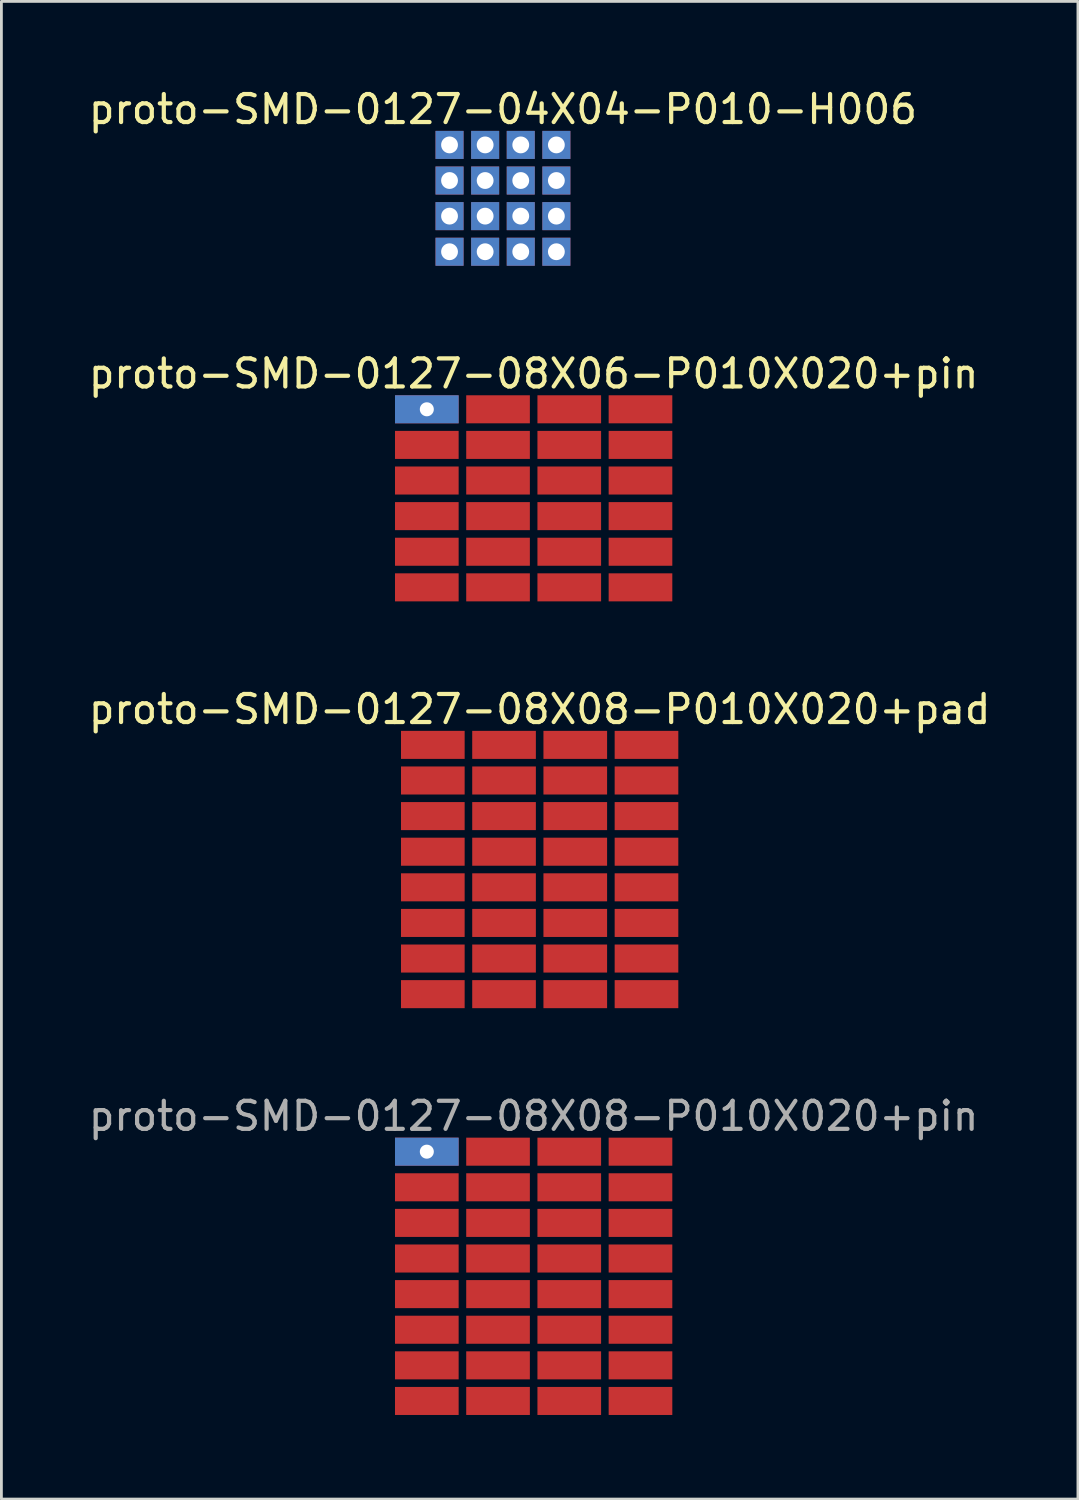
<source format=kicad_pcb>
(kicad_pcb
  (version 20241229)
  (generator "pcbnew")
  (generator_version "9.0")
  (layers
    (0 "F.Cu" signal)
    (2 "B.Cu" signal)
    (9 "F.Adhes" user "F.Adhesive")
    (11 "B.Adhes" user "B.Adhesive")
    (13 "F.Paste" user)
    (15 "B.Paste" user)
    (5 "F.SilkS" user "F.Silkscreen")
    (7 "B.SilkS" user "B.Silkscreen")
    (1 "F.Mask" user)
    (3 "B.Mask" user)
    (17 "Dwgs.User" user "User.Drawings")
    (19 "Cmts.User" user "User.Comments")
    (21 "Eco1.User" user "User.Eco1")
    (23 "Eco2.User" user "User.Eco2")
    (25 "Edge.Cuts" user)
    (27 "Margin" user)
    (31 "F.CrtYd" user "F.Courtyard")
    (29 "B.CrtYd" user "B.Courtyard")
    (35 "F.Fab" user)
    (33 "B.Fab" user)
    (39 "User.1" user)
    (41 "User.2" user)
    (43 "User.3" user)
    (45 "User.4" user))
  (footprint "proto-SMD-0127-08X08-P010X020+pin"
    (layer "F.Cu")
    (at 15.982 42.468)
    (property "Reference" "proto-SMD-0127-08X08-P010X020+pin" (at 0 -5.715 0) (layer "F.Fab") (effects (font (size 1 1) (thickness 0.15))))
    (attr through_hole)
    (pad "1" thru_hole rect (at -3.81 -4.445) (size 2.27 1) (drill 0.5) (layers "*.Cu" "*.Mask"))
    (pad "2" smd rect (at -3.81 -3.175) (size 2.27 1) (layers "F.Cu" "F.Mask"))
    (pad "3" smd rect (at -3.81 -1.905) (size 2.27 1) (layers "F.Cu" "F.Mask"))
    (pad "4" smd rect (at -3.81 -0.635) (size 2.27 1) (layers "F.Cu" "F.Mask"))
    (pad "5" smd rect (at -3.81 0.635) (size 2.27 1) (layers "F.Cu" "F.Mask"))
    (pad "6" smd rect (at -3.81 1.905) (size 2.27 1) (layers "F.Cu" "F.Mask"))
    (pad "7" smd rect (at -3.81 3.175) (size 2.27 1) (layers "F.Cu" "F.Mask"))
    (pad "8" smd rect (at -3.81 4.445) (size 2.27 1) (layers "F.Cu" "F.Mask"))
    (pad "9" smd rect (at -1.27 -4.445) (size 2.27 1) (layers "F.Cu" "F.Mask"))
    (pad "10" smd rect (at -1.27 -3.175) (size 2.27 1) (layers "F.Cu" "F.Mask"))
    (pad "11" smd rect (at -1.27 -1.905) (size 2.27 1) (layers "F.Cu" "F.Mask"))
    (pad "12" smd rect (at -1.27 -0.635) (size 2.27 1) (layers "F.Cu" "F.Mask"))
    (pad "13" smd rect (at -1.27 0.635) (size 2.27 1) (layers "F.Cu" "F.Mask"))
    (pad "14" smd rect (at -1.27 1.905) (size 2.27 1) (layers "F.Cu" "F.Mask"))
    (pad "15" smd rect (at -1.27 3.175) (size 2.27 1) (layers "F.Cu" "F.Mask"))
    (pad "16" smd rect (at -1.27 4.445) (size 2.27 1) (layers "F.Cu" "F.Mask"))
    (pad "17" smd rect (at 1.27 -4.445) (size 2.27 1) (layers "F.Cu" "F.Mask"))
    (pad "18" smd rect (at 1.27 -3.175) (size 2.27 1) (layers "F.Cu" "F.Mask"))
    (pad "19" smd rect (at 1.27 -1.905) (size 2.27 1) (layers "F.Cu" "F.Mask"))
    (pad "20" smd rect (at 1.27 -0.635) (size 2.27 1) (layers "F.Cu" "F.Mask"))
    (pad "21" smd rect (at 1.27 0.635) (size 2.27 1) (layers "F.Cu" "F.Mask"))
    (pad "22" smd rect (at 1.27 1.905) (size 2.27 1) (layers "F.Cu" "F.Mask"))
    (pad "23" smd rect (at 1.27 3.175) (size 2.27 1) (layers "F.Cu" "F.Mask"))
    (pad "24" smd rect (at 1.27 4.445) (size 2.27 1) (layers "F.Cu" "F.Mask"))
    (pad "25" smd rect (at 3.81 -4.445) (size 2.27 1) (layers "F.Cu" "F.Mask"))
    (pad "26" smd rect (at 3.81 -3.175) (size 2.27 1) (layers "F.Cu" "F.Mask"))
    (pad "27" smd rect (at 3.81 -1.905) (size 2.27 1) (layers "F.Cu" "F.Mask"))
    (pad "28" smd rect (at 3.81 -0.635) (size 2.27 1) (layers "F.Cu" "F.Mask"))
    (pad "29" smd rect (at 3.81 0.635) (size 2.27 1) (layers "F.Cu" "F.Mask"))
    (pad "30" smd rect (at 3.81 1.905) (size 2.27 1) (layers "F.Cu" "F.Mask"))
    (pad "31" smd rect (at 3.81 3.175) (size 2.27 1) (layers "F.Cu" "F.Mask"))
    (pad "32" smd rect (at 3.81 4.445) (size 2.27 1) (layers "F.Cu" "F.Mask")))
  (footprint "proto-SMD-0127-08X08-P010X020+pad"
    (layer "F.Cu")
    (at 16.196 27.96)
    (property "Reference" "proto-SMD-0127-08X08-P010X020+pad" (at 0 -5.715 0) (layer "F.SilkS") (effects (font (size 1 1) (thickness 0.15))))
    (attr smd)
    (pad "1" smd rect (at -3.81 -4.445) (size 2.27 1) (layers "F.Cu" "F.Mask" "F.Paste"))
    (pad "2" smd rect (at -3.81 -3.175) (size 2.27 1) (layers "F.Cu" "F.Mask"))
    (pad "3" smd rect (at -3.81 -1.905) (size 2.27 1) (layers "F.Cu" "F.Mask"))
    (pad "4" smd rect (at -3.81 -0.635) (size 2.27 1) (layers "F.Cu" "F.Mask"))
    (pad "5" smd rect (at -3.81 0.635) (size 2.27 1) (layers "F.Cu" "F.Mask"))
    (pad "6" smd rect (at -3.81 1.905) (size 2.27 1) (layers "F.Cu" "F.Mask"))
    (pad "7" smd rect (at -3.81 3.175) (size 2.27 1) (layers "F.Cu" "F.Mask"))
    (pad "8" smd rect (at -3.81 4.445) (size 2.27 1) (layers "F.Cu" "F.Mask"))
    (pad "9" smd rect (at -1.27 -4.445) (size 2.27 1) (layers "F.Cu" "F.Mask"))
    (pad "10" smd rect (at -1.27 -3.175) (size 2.27 1) (layers "F.Cu" "F.Mask"))
    (pad "11" smd rect (at -1.27 -1.905) (size 2.27 1) (layers "F.Cu" "F.Mask"))
    (pad "12" smd rect (at -1.27 -0.635) (size 2.27 1) (layers "F.Cu" "F.Mask"))
    (pad "13" smd rect (at -1.27 0.635) (size 2.27 1) (layers "F.Cu" "F.Mask"))
    (pad "14" smd rect (at -1.27 1.905) (size 2.27 1) (layers "F.Cu" "F.Mask"))
    (pad "15" smd rect (at -1.27 3.175) (size 2.27 1) (layers "F.Cu" "F.Mask"))
    (pad "16" smd rect (at -1.27 4.445) (size 2.27 1) (layers "F.Cu" "F.Mask"))
    (pad "17" smd rect (at 1.27 -4.445) (size 2.27 1) (layers "F.Cu" "F.Mask"))
    (pad "18" smd rect (at 1.27 -3.175) (size 2.27 1) (layers "F.Cu" "F.Mask"))
    (pad "19" smd rect (at 1.27 -1.905) (size 2.27 1) (layers "F.Cu" "F.Mask"))
    (pad "20" smd rect (at 1.27 -0.635) (size 2.27 1) (layers "F.Cu" "F.Mask"))
    (pad "21" smd rect (at 1.27 0.635) (size 2.27 1) (layers "F.Cu" "F.Mask"))
    (pad "22" smd rect (at 1.27 1.905) (size 2.27 1) (layers "F.Cu" "F.Mask"))
    (pad "23" smd rect (at 1.27 3.175) (size 2.27 1) (layers "F.Cu" "F.Mask"))
    (pad "24" smd rect (at 1.27 4.445) (size 2.27 1) (layers "F.Cu" "F.Mask"))
    (pad "25" smd rect (at 3.81 -4.445) (size 2.27 1) (layers "F.Cu" "F.Mask"))
    (pad "26" smd rect (at 3.81 -3.175) (size 2.27 1) (layers "F.Cu" "F.Mask"))
    (pad "27" smd rect (at 3.81 -1.905) (size 2.27 1) (layers "F.Cu" "F.Mask"))
    (pad "28" smd rect (at 3.81 -0.635) (size 2.27 1) (layers "F.Cu" "F.Mask"))
    (pad "29" smd rect (at 3.81 0.635) (size 2.27 1) (layers "F.Cu" "F.Mask"))
    (pad "30" smd rect (at 3.81 1.905) (size 2.27 1) (layers "F.Cu" "F.Mask"))
    (pad "31" smd rect (at 3.81 3.175) (size 2.27 1) (layers "F.Cu" "F.Mask"))
    (pad "32" smd rect (at 3.81 4.445) (size 2.27 1) (layers "F.Cu" "F.Mask")))
  (footprint "proto-SMD-0127-08X06-P010X020+pin"
    (layer "F.Cu")
    (at 15.982 14.722)
    (property "Reference" "proto-SMD-0127-08X06-P010X020+pin" (at 0 -4.445 0) (layer "F.SilkS") (effects (font (size 1 1) (thickness 0.15))))
    (attr through_hole)
    (pad "1" thru_hole rect (at -3.81 -3.175) (size 2.27 1) (drill 0.5) (layers "*.Cu" "*.Mask"))
    (pad "2" smd rect (at -3.81 -1.905) (size 2.27 1) (layers "F.Cu" "F.Mask"))
    (pad "3" smd rect (at -3.81 -0.635) (size 2.27 1) (layers "F.Cu" "F.Mask"))
    (pad "4" smd rect (at -3.81 0.635) (size 2.27 1) (layers "F.Cu" "F.Mask"))
    (pad "5" smd rect (at -3.81 1.905) (size 2.27 1) (layers "F.Cu" "F.Mask"))
    (pad "6" smd rect (at -3.81 3.175) (size 2.27 1) (layers "F.Cu" "F.Mask"))
    (pad "9" smd rect (at -1.27 -3.175) (size 2.27 1) (layers "F.Cu" "F.Mask"))
    (pad "10" smd rect (at -1.27 -1.905) (size 2.27 1) (layers "F.Cu" "F.Mask"))
    (pad "11" smd rect (at -1.27 -0.635) (size 2.27 1) (layers "F.Cu" "F.Mask"))
    (pad "12" smd rect (at -1.27 0.635) (size 2.27 1) (layers "F.Cu" "F.Mask"))
    (pad "13" smd rect (at -1.27 1.905) (size 2.27 1) (layers "F.Cu" "F.Mask"))
    (pad "14" smd rect (at -1.27 3.175) (size 2.27 1) (layers "F.Cu" "F.Mask"))
    (pad "17" smd rect (at 1.27 -3.175) (size 2.27 1) (layers "F.Cu" "F.Mask"))
    (pad "18" smd rect (at 1.27 -1.905) (size 2.27 1) (layers "F.Cu" "F.Mask"))
    (pad "19" smd rect (at 1.27 -0.635) (size 2.27 1) (layers "F.Cu" "F.Mask"))
    (pad "20" smd rect (at 1.27 0.635) (size 2.27 1) (layers "F.Cu" "F.Mask"))
    (pad "21" smd rect (at 1.27 1.905) (size 2.27 1) (layers "F.Cu" "F.Mask"))
    (pad "22" smd rect (at 1.27 3.175) (size 2.27 1) (layers "F.Cu" "F.Mask"))
    (pad "25" smd rect (at 3.81 -3.175) (size 2.27 1) (layers "F.Cu" "F.Mask"))
    (pad "26" smd rect (at 3.81 -1.905) (size 2.27 1) (layers "F.Cu" "F.Mask"))
    (pad "27" smd rect (at 3.81 -0.635) (size 2.27 1) (layers "F.Cu" "F.Mask"))
    (pad "28" smd rect (at 3.81 0.635) (size 2.27 1) (layers "F.Cu" "F.Mask"))
    (pad "29" smd rect (at 3.81 1.905) (size 2.27 1) (layers "F.Cu" "F.Mask"))
    (pad "30" smd rect (at 3.81 3.175) (size 2.27 1) (layers "F.Cu" "F.Mask")))
  (footprint "proto-SMD-0127-04X04-P010-H006"
    (layer "F.Cu")
    (at 14.887 4.023)
    (property "Reference" "proto-SMD-0127-04X04-P010-H006" (at 0 -3.175 0) (layer "F.SilkS") (effects (font (size 1 1) (thickness 0.15))))
    (attr through_hole)
    (pad "1" thru_hole rect (at -1.905 -1.905) (size 1 1) (drill 0.6) (layers "*.Cu" "*.Mask"))
    (pad "2" thru_hole rect (at -0.635 -1.905) (size 1 1) (drill 0.6) (layers "*.Cu" "*.Mask"))
    (pad "3" thru_hole rect (at 0.635 -1.905) (size 1 1) (drill 0.6) (layers "*.Cu" "*.Mask"))
    (pad "4" thru_hole rect (at 1.905 -1.905) (size 1 1) (drill 0.6) (layers "*.Cu" "*.Mask"))
    (pad "5" thru_hole rect (at 1.905 -0.635) (size 1 1) (drill 0.6) (layers "*.Cu" "*.Mask"))
    (pad "6" thru_hole rect (at 0.635 -0.635) (size 1 1) (drill 0.6) (layers "*.Cu" "*.Mask"))
    (pad "7" thru_hole rect (at -0.635 -0.635) (size 1 1) (drill 0.6) (layers "*.Cu" "*.Mask"))
    (pad "8" thru_hole rect (at -1.905 -0.635) (size 1 1) (drill 0.6) (layers "*.Cu" "*.Mask"))
    (pad "9" thru_hole rect (at -1.905 0.635) (size 1 1) (drill 0.6) (layers "*.Cu" "*.Mask"))
    (pad "10" thru_hole rect (at -0.635 0.635) (size 1 1) (drill 0.6) (layers "*.Cu" "*.Mask"))
    (pad "11" thru_hole rect (at 0.635 0.635) (size 1 1) (drill 0.6) (layers "*.Cu" "*.Mask"))
    (pad "12" thru_hole rect (at 1.905 0.635) (size 1 1) (drill 0.6) (layers "*.Cu" "*.Mask"))
    (pad "13" thru_hole rect (at 1.905 1.905) (size 1 1) (drill 0.6) (layers "*.Cu" "*.Mask"))
    (pad "14" thru_hole rect (at 0.635 1.905) (size 1 1) (drill 0.6) (layers "*.Cu" "*.Mask"))
    (pad "15" thru_hole rect (at -0.635 1.905) (size 1 1) (drill 0.6) (layers "*.Cu" "*.Mask"))
    (pad "16" thru_hole rect (at -1.905 1.905) (size 1 1) (drill 0.6) (layers "*.Cu" "*.Mask")))
  (gr_rect
    (start -3 -3)
    (end 35.393 50.413)
    (stroke (width 0.1) (type default))
    (fill no)
    (layer "Edge.Cuts")))
</source>
